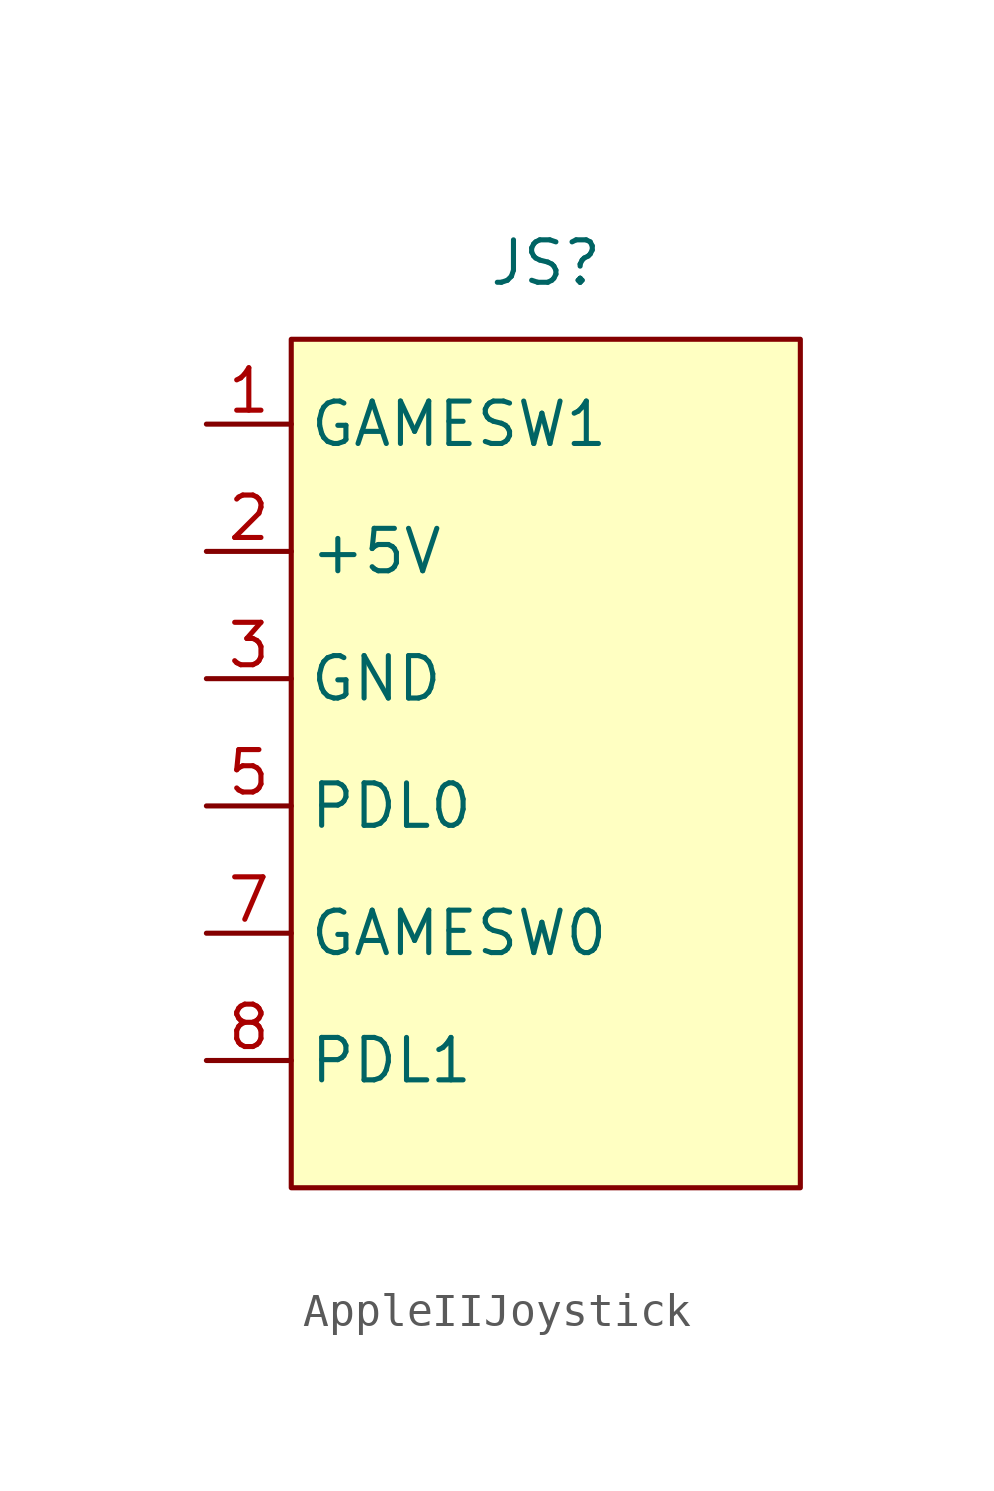
<source format=kicad_sym>
(kicad_symbol_lib
  (version 20241209)
  (generator "kicad_symbol_editor")
  (generator_version "9.0")
  (symbol "AppleIIJoystick"
    (property "Reference" "JS"
      (at 0 6.096 0)
      (effects (font (size 1.27 1.27))))
    (property "Value" ""
      (at 0 0 0)
      (effects (font (size 1.27 1.27))))
    (symbol "AppleIIJoystick_0_1"
      (rectangle (start -7.62 3.81) (end 7.62 -21.59) (stroke (width 0) (type default)) (fill (type color) (color 255 255 194 1))))
    (symbol "AppleIIJoystick_1_1"
      (pin input line (at -10.16 1.27 0) (length 2.54) (name "GAMESW1" (effects (font (size 1.27 1.27)))) (number "1" (effects (font (size 1.27 1.27)))))
      (pin output line (at -10.16 -2.54 0) (length 2.54) (name "+5V" (effects (font (size 1.27 1.27)))) (number "2" (effects (font (size 1.27 1.27)))))
      (pin input line (at -10.16 -6.35 0) (length 2.54) (name "GND" (effects (font (size 1.27 1.27)))) (number "3" (effects (font (size 1.27 1.27)))))
      (pin output line (at -10.16 -10.16 0) (length 2.54) (name "PDL0" (effects (font (size 1.27 1.27)))) (number "5" (effects (font (size 1.27 1.27)))))
      (pin input line (at -10.16 -13.97 0) (length 2.54) (name "GAMESW0" (effects (font (size 1.27 1.27)))) (number "7" (effects (font (size 1.27 1.27)))))
      (pin output line (at -10.16 -17.78 0) (length 2.54) (name "PDL1" (effects (font (size 1.27 1.27)))) (number "8" (effects (font (size 1.27 1.27))))))))
</source>
